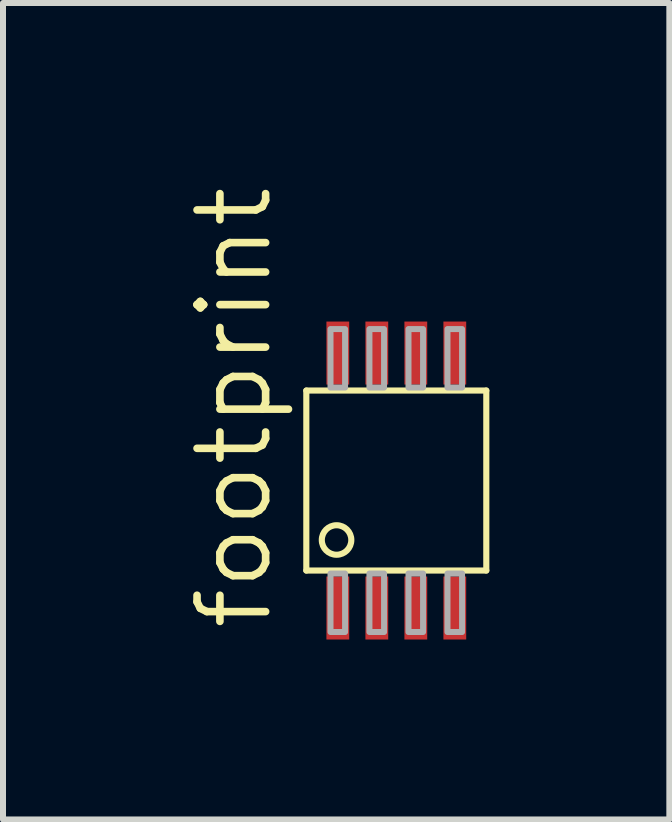
<source format=kicad_pcb>
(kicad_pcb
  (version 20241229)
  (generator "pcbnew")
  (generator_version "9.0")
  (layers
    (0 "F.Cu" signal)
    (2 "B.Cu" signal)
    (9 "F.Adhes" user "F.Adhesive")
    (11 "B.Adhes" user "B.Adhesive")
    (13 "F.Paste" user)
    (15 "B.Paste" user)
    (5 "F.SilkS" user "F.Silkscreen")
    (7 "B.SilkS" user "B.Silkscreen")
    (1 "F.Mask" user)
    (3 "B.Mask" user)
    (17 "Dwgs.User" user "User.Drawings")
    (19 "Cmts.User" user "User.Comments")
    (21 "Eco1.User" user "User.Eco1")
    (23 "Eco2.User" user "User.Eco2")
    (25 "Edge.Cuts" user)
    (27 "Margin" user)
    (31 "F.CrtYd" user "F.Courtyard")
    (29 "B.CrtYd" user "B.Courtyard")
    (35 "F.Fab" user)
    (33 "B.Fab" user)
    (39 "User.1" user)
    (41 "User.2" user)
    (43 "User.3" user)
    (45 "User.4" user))
  (footprint "footprint"
    (layer "F.Cu")
    (at 3.556 4.96)
    (property "Reference" "footprint" (at -2.032 2.54 90) (layer "F.SilkS") (effects (font (size 1.143 1.143) (thickness 0.127)) (justify left bottom)))
    (fp_line (start -1.5 -1.5) (end 1.5 -1.5) (stroke (width 0.102) (type solid)) (layer "F.SilkS"))
    (fp_line (start -1.5 1.5) (end -1.5 -1.5) (stroke (width 0.102) (type solid)) (layer "F.SilkS"))
    (fp_line (start 1.5 -1.5) (end 1.5 1.5) (stroke (width 0.102) (type solid)) (layer "F.SilkS"))
    (fp_line (start 1.5 1.5) (end -1.5 1.5) (stroke (width 0.102) (type solid)) (layer "F.SilkS"))
    (fp_circle (center -0.996 0.991) (end -0.75 0.991) (stroke (width 0.102) (type solid)) (fill no) (layer "F.SilkS"))
    (fp_poly (pts (xy -1.097 -1.55) (xy -0.854 -1.55) (xy -0.854 -2.525) (xy -1.097 -2.525)) (stroke (width 0.1) (type solid)) (fill no) (layer "F.Fab"))
    (fp_poly (pts (xy -1.097 2.525) (xy -0.854 2.525) (xy -0.854 1.55) (xy -1.097 1.55)) (stroke (width 0.1) (type solid)) (fill no) (layer "F.Fab"))
    (fp_poly (pts (xy -0.448 -1.55) (xy -0.204 -1.55) (xy -0.204 -2.525) (xy -0.448 -2.525)) (stroke (width 0.1) (type solid)) (fill no) (layer "F.Fab"))
    (fp_poly (pts (xy -0.448 2.525) (xy -0.204 2.525) (xy -0.204 1.55) (xy -0.448 1.55)) (stroke (width 0.1) (type solid)) (fill no) (layer "F.Fab"))
    (fp_poly (pts (xy 0.203 -1.55) (xy 0.446 -1.55) (xy 0.446 -2.525) (xy 0.203 -2.525)) (stroke (width 0.1) (type solid)) (fill no) (layer "F.Fab"))
    (fp_poly (pts (xy 0.203 2.525) (xy 0.446 2.525) (xy 0.446 1.55) (xy 0.203 1.55)) (stroke (width 0.1) (type solid)) (fill no) (layer "F.Fab"))
    (fp_poly (pts (xy 0.853 -1.55) (xy 1.096 -1.55) (xy 1.096 -2.525) (xy 0.853 -2.525)) (stroke (width 0.1) (type solid)) (fill no) (layer "F.Fab"))
    (fp_poly (pts (xy 0.853 2.525) (xy 1.096 2.525) (xy 1.096 1.55) (xy 0.853 1.55)) (stroke (width 0.1) (type solid)) (fill no) (layer "F.Fab"))
    (pad "1" smd rect (at -0.975 2.125) (size 0.38 1.05) (layers "F.Cu" "F.Mask" "F.Paste"))
    (pad "2" smd rect (at -0.325 2.125) (size 0.38 1.05) (layers "F.Cu" "F.Mask" "F.Paste"))
    (pad "3" smd rect (at 0.325 2.125) (size 0.38 1.05) (layers "F.Cu" "F.Mask" "F.Paste"))
    (pad "4" smd rect (at 0.975 2.125) (size 0.38 1.05) (layers "F.Cu" "F.Mask" "F.Paste"))
    (pad "5" smd rect (at 0.975 -2.125) (size 0.38 1.05) (layers "F.Cu" "F.Mask" "F.Paste"))
    (pad "6" smd rect (at 0.325 -2.125) (size 0.38 1.05) (layers "F.Cu" "F.Mask" "F.Paste"))
    (pad "7" smd rect (at -0.325 -2.125) (size 0.38 1.05) (layers "F.Cu" "F.Mask" "F.Paste"))
    (pad "8" smd rect (at -0.975 -2.125) (size 0.38 1.05) (layers "F.Cu" "F.Mask" "F.Paste")))
  (gr_rect
    (start -3 -3)
    (end 8.107 10.61)
    (stroke (width 0.1) (type default))
    (fill no)
    (layer "Edge.Cuts")))
</source>
